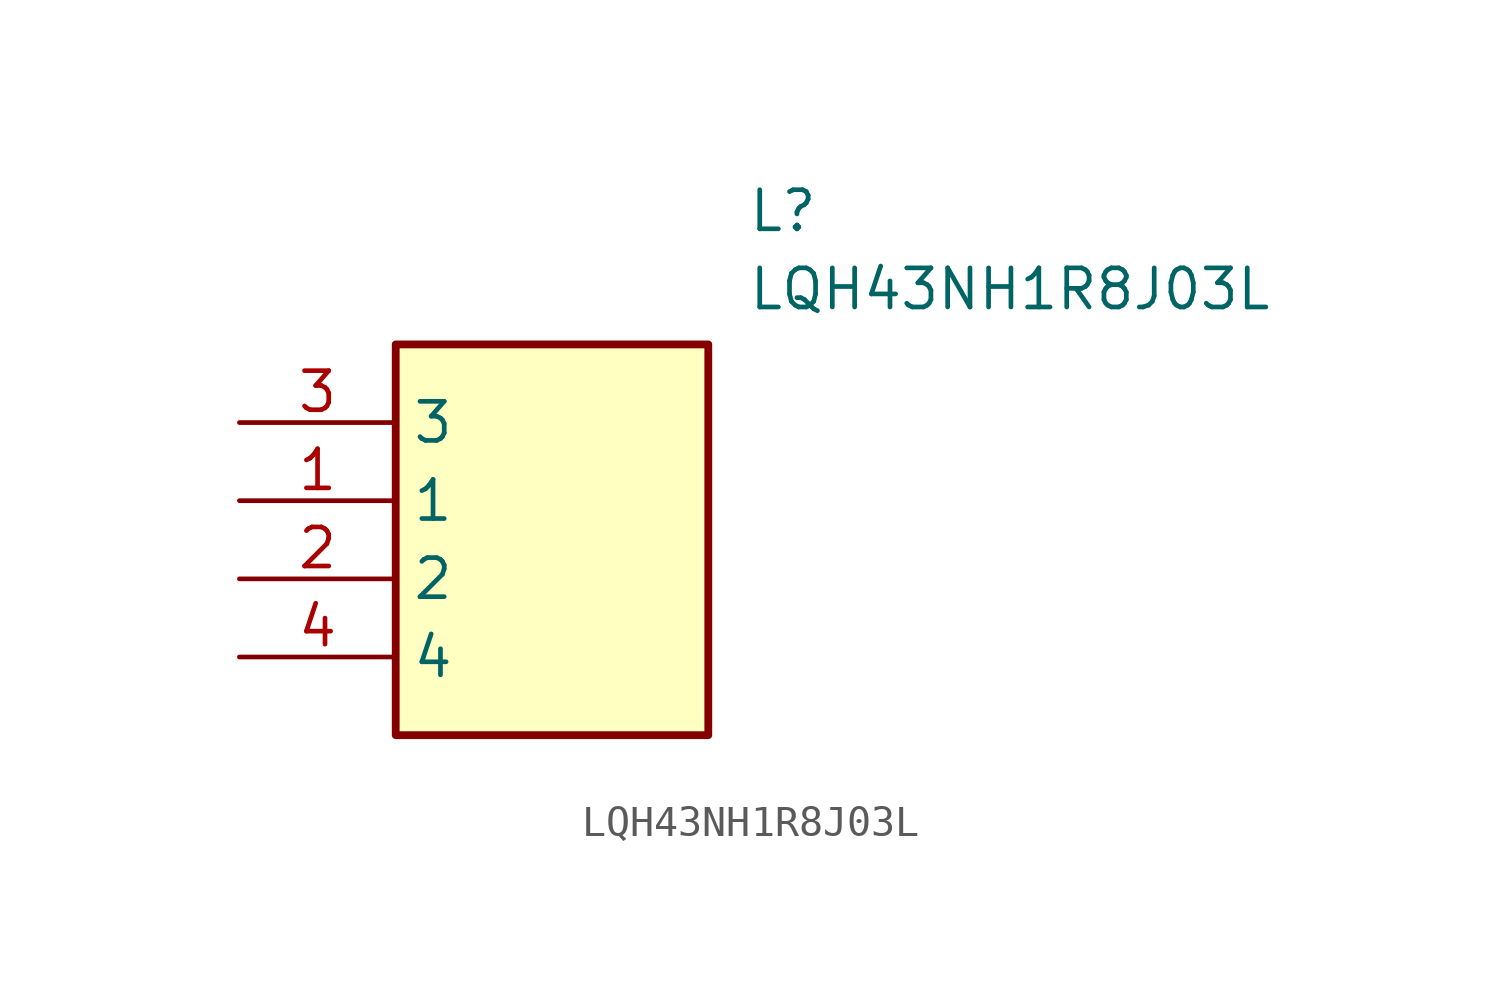
<source format=kicad_sym>
(kicad_symbol_lib
  (version 20211014)
  (generator SamacSys_ECAD_Model)
  (symbol "LQH43NH1R8J03L"
    (property "Reference" "L"
      (at 16.51 7.62 0)
      (effects (font (size 1.27 1.27)) (justify left top)))
    (property "Value" "LQH43NH1R8J03L"
      (at 16.51 5.08 0)
      (effects (font (size 1.27 1.27)) (justify left top)))
    (rectangle
      (start 5.08 2.54)
      (end 15.24 -10.16)
      (stroke (width 0.254) (type default))
      (fill (type background)))
    (pin passive line
      (at 0 -2.54 0)
      (length 5.08)
      (name "1" (effects (font (size 1.27 1.27))))
      (number "1" (effects (font (size 1.27 1.27)))))
    (pin passive line
      (at 0 -5.08 0)
      (length 5.08)
      (name "2" (effects (font (size 1.27 1.27))))
      (number "2" (effects (font (size 1.27 1.27)))))
    (pin passive line
      (at 0 0 0)
      (length 5.08)
      (name "3" (effects (font (size 1.27 1.27))))
      (number "3" (effects (font (size 1.27 1.27)))))
    (pin passive line
      (at 0 -7.62 0)
      (length 5.08)
      (name "4" (effects (font (size 1.27 1.27))))
      (number "4" (effects (font (size 1.27 1.27)))))))
</source>
